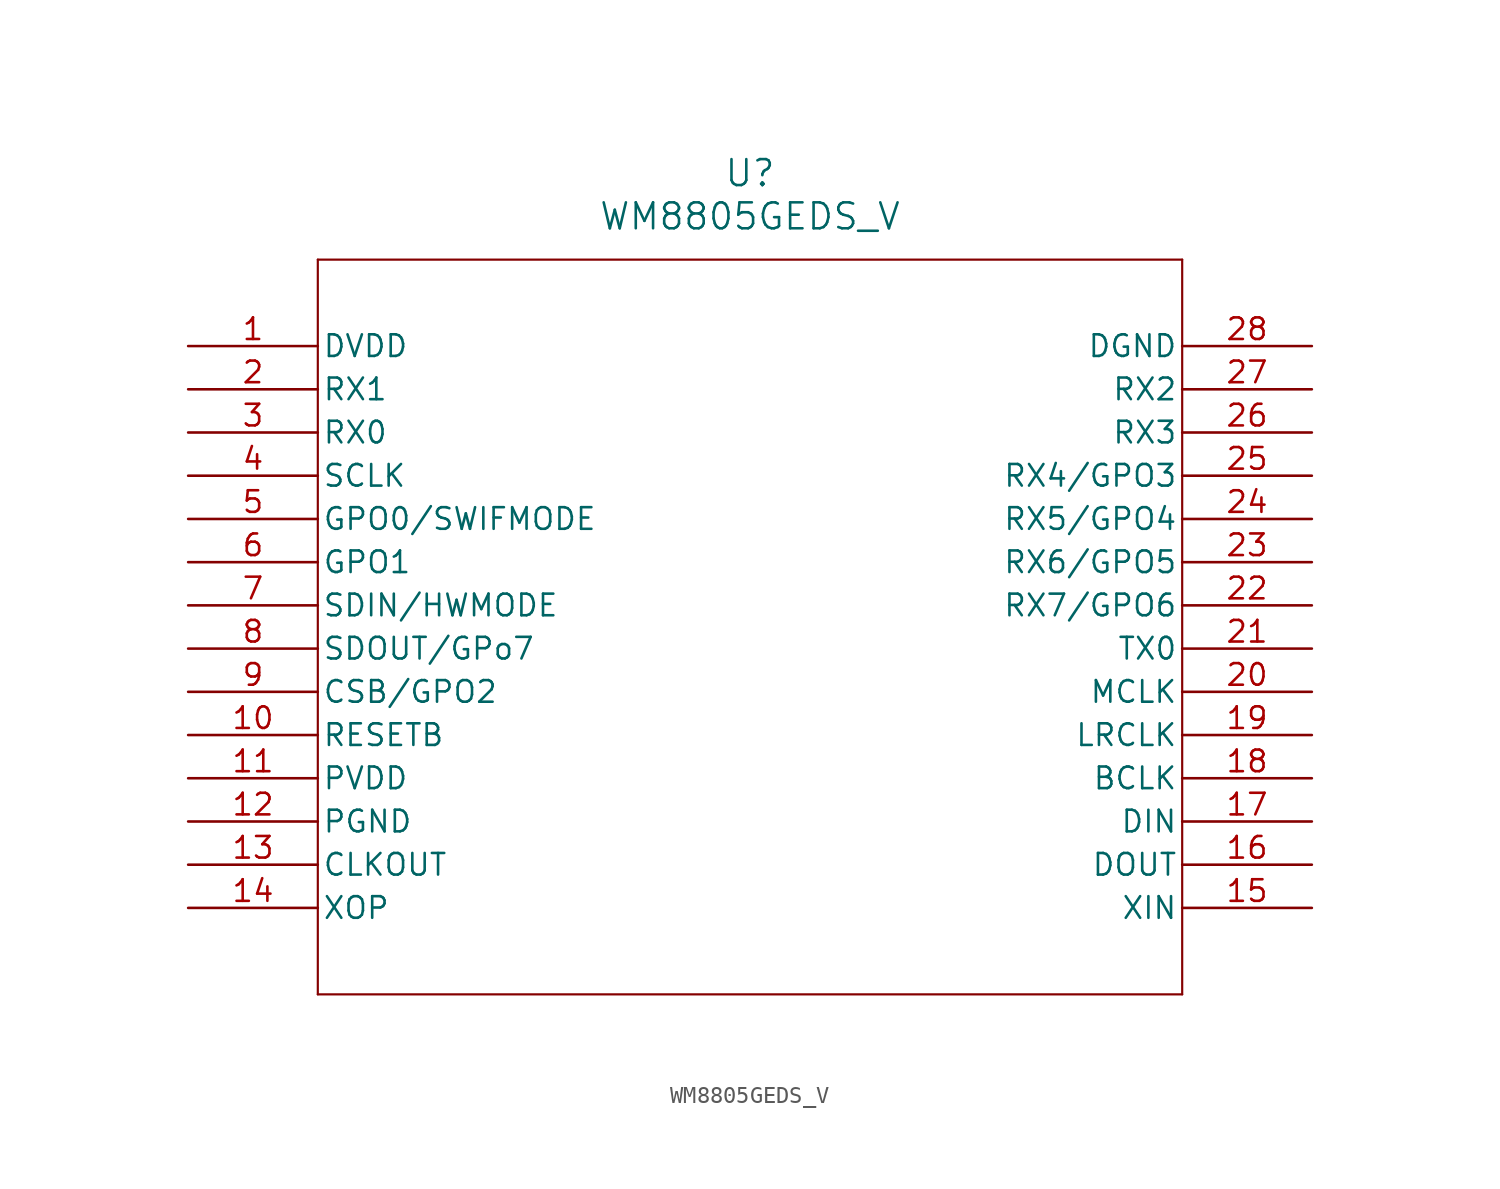
<source format=kicad_sym>
(kicad_symbol_lib
  (version 20211014)
  (generator kicad_symbol_editor)
  (symbol "WM8805GEDS_V"
    (pin_names
      (offset 0.254))
    (property "Reference" "U"
      (at 33.02 10.16 0)
      (effects (font (size 1.524 1.524))))
    (property "Value" "WM8805GEDS_V"
      (at 33.02 7.62 0)
      (effects (font (size 1.524 1.524))))
    (symbol "WM8805GEDS_V_0_1"
      (polyline (pts (xy 7.62 5.08) (xy 7.62 -38.1)) (stroke (width 0.127) (type default) (color 0 0 0 0)) (fill (type none)))
      (polyline (pts (xy 7.62 -38.1) (xy 58.42 -38.1)) (stroke (width 0.127) (type default) (color 0 0 0 0)) (fill (type none)))
      (polyline (pts (xy 58.42 -38.1) (xy 58.42 5.08)) (stroke (width 0.127) (type default) (color 0 0 0 0)) (fill (type none)))
      (polyline (pts (xy 58.42 5.08) (xy 7.62 5.08)) (stroke (width 0.127) (type default) (color 0 0 0 0)) (fill (type none)))
      (pin power_in line (at 0 0 0) (length 7.62) (name "DVDD" (effects (font (size 1.27 1.27)))) (number "1" (effects (font (size 1.27 1.27)))))
      (pin bidirectional line (at 0 -2.54 0) (length 7.62) (name "RX1" (effects (font (size 1.27 1.27)))) (number "2" (effects (font (size 1.27 1.27)))))
      (pin bidirectional line (at 0 -5.08 0) (length 7.62) (name "RX0" (effects (font (size 1.27 1.27)))) (number "3" (effects (font (size 1.27 1.27)))))
      (pin unspecified line (at 0 -7.62 0) (length 7.62) (name "SCLK" (effects (font (size 1.27 1.27)))) (number "4" (effects (font (size 1.27 1.27)))))
      (pin bidirectional line (at 0 -10.16 0) (length 7.62) (name "GPO0/SWIFMODE" (effects (font (size 1.27 1.27)))) (number "5" (effects (font (size 1.27 1.27)))))
      (pin bidirectional line (at 0 -12.7 0) (length 7.62) (name "GPO1" (effects (font (size 1.27 1.27)))) (number "6" (effects (font (size 1.27 1.27)))))
      (pin unspecified line (at 0 -15.24 0) (length 7.62) (name "SDIN/HWMODE" (effects (font (size 1.27 1.27)))) (number "7" (effects (font (size 1.27 1.27)))))
      (pin output line (at 0 -17.78 0) (length 7.62) (name "SDOUT/GPo7" (effects (font (size 1.27 1.27)))) (number "8" (effects (font (size 1.27 1.27)))))
      (pin unspecified line (at 0 -20.32 0) (length 7.62) (name "CSB/GPO2" (effects (font (size 1.27 1.27)))) (number "9" (effects (font (size 1.27 1.27)))))
      (pin unspecified line (at 0 -22.86 0) (length 7.62) (name "RESETB" (effects (font (size 1.27 1.27)))) (number "10" (effects (font (size 1.27 1.27)))))
      (pin power_in line (at 0 -25.4 0) (length 7.62) (name "PVDD" (effects (font (size 1.27 1.27)))) (number "11" (effects (font (size 1.27 1.27)))))
      (pin power_out line (at 0 -27.94 0) (length 7.62) (name "PGND" (effects (font (size 1.27 1.27)))) (number "12" (effects (font (size 1.27 1.27)))))
      (pin output line (at 0 -30.48 0) (length 7.62) (name "CLKOUT" (effects (font (size 1.27 1.27)))) (number "13" (effects (font (size 1.27 1.27)))))
      (pin unspecified line (at 0 -33.02 0) (length 7.62) (name "XOP" (effects (font (size 1.27 1.27)))) (number "14" (effects (font (size 1.27 1.27)))))
      (pin unspecified line (at 66.04 -33.02 180) (length 7.62) (name "XIN" (effects (font (size 1.27 1.27)))) (number "15" (effects (font (size 1.27 1.27)))))
      (pin output line (at 66.04 -30.48 180) (length 7.62) (name "DOUT" (effects (font (size 1.27 1.27)))) (number "16" (effects (font (size 1.27 1.27)))))
      (pin unspecified line (at 66.04 -27.94 180) (length 7.62) (name "DIN" (effects (font (size 1.27 1.27)))) (number "17" (effects (font (size 1.27 1.27)))))
      (pin unspecified line (at 66.04 -25.4 180) (length 7.62) (name "BCLK" (effects (font (size 1.27 1.27)))) (number "18" (effects (font (size 1.27 1.27)))))
      (pin unspecified line (at 66.04 -22.86 180) (length 7.62) (name "LRCLK" (effects (font (size 1.27 1.27)))) (number "19" (effects (font (size 1.27 1.27)))))
      (pin unspecified line (at 66.04 -20.32 180) (length 7.62) (name "MCLK" (effects (font (size 1.27 1.27)))) (number "20" (effects (font (size 1.27 1.27)))))
      (pin unspecified line (at 66.04 -17.78 180) (length 7.62) (name "TX0" (effects (font (size 1.27 1.27)))) (number "21" (effects (font (size 1.27 1.27)))))
      (pin bidirectional line (at 66.04 -15.24 180) (length 7.62) (name "RX7/GPO6" (effects (font (size 1.27 1.27)))) (number "22" (effects (font (size 1.27 1.27)))))
      (pin bidirectional line (at 66.04 -12.7 180) (length 7.62) (name "RX6/GPO5" (effects (font (size 1.27 1.27)))) (number "23" (effects (font (size 1.27 1.27)))))
      (pin bidirectional line (at 66.04 -10.16 180) (length 7.62) (name "RX5/GPO4" (effects (font (size 1.27 1.27)))) (number "24" (effects (font (size 1.27 1.27)))))
      (pin bidirectional line (at 66.04 -7.62 180) (length 7.62) (name "RX4/GPO3" (effects (font (size 1.27 1.27)))) (number "25" (effects (font (size 1.27 1.27)))))
      (pin bidirectional line (at 66.04 -5.08 180) (length 7.62) (name "RX3" (effects (font (size 1.27 1.27)))) (number "26" (effects (font (size 1.27 1.27)))))
      (pin bidirectional line (at 66.04 -2.54 180) (length 7.62) (name "RX2" (effects (font (size 1.27 1.27)))) (number "27" (effects (font (size 1.27 1.27)))))
      (pin power_out line (at 66.04 0 180) (length 7.62) (name "DGND" (effects (font (size 1.27 1.27)))) (number "28" (effects (font (size 1.27 1.27))))))))
</source>
